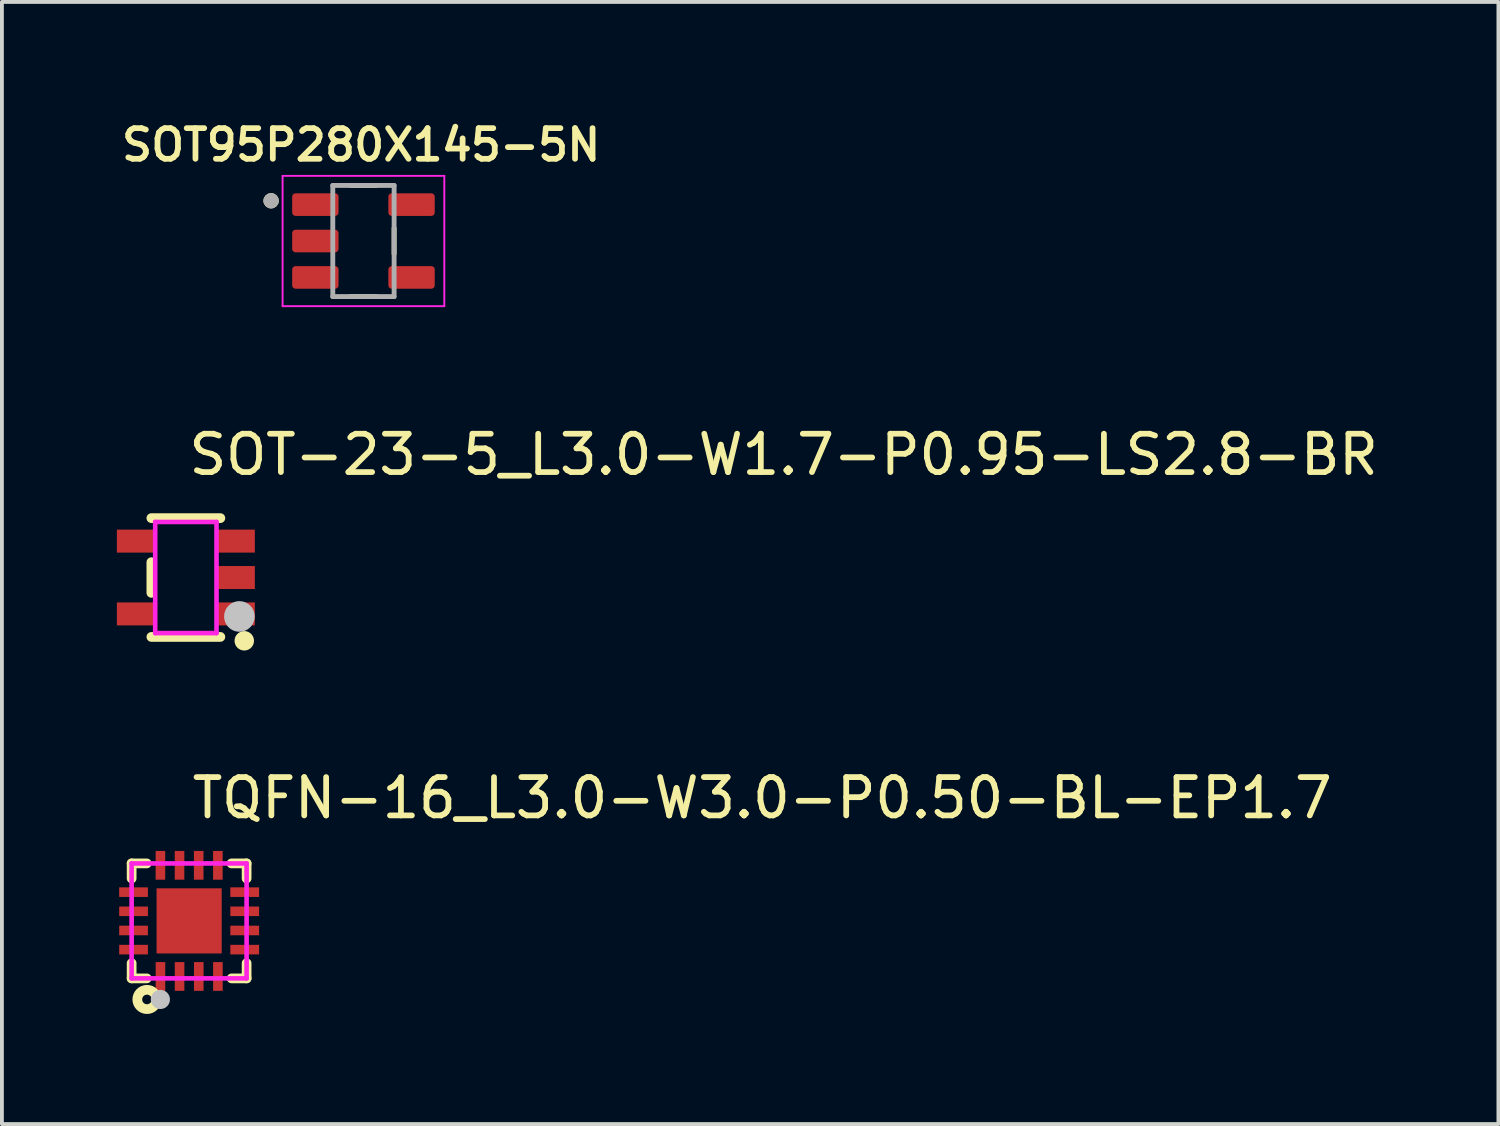
<source format=kicad_pcb>
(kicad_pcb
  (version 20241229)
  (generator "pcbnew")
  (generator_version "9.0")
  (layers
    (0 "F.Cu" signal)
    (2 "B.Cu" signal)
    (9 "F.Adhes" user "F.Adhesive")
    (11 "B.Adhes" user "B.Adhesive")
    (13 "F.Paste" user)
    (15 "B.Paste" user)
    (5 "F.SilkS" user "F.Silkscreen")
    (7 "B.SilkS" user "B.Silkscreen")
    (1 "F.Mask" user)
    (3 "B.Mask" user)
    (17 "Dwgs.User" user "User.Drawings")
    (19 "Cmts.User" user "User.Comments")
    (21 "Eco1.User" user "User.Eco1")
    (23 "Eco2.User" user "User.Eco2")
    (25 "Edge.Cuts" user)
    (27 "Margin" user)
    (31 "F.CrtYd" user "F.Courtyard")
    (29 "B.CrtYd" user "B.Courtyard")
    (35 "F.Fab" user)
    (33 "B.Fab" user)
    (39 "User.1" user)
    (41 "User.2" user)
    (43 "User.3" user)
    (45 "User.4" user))
  (footprint "SOT95P280X145-5N"
    (layer "F.Cu")
    (at 6.434 3.239)
    (property "Reference" "SOT95P280X145-5N" (at -0.06 -2.508 0) (layer "F.SilkS") (effects (font (size 0.8 0.8) (thickness 0.15))))
    (attr through_hole)
    (fp_line (start -0.33 -1.45) (end 0.33 -1.45) (stroke (width 0.127) (type solid)) (layer "F.SilkS"))
    (fp_line (start 0.33 1.45) (end -0.33 1.45) (stroke (width 0.127) (type solid)) (layer "F.SilkS"))
    (fp_line (start 0.8 -0.335) (end 0.8 0.335) (stroke (width 0.127) (type solid)) (layer "F.SilkS"))
    (fp_circle (center -2.41 -1.05) (end -2.31 -1.05) (stroke (width 0.2) (type solid)) (fill no) (layer "F.SilkS"))
    (fp_line (start -2.11 -1.7) (end 2.11 -1.7) (stroke (width 0.05) (type solid)) (layer "F.CrtYd"))
    (fp_line (start -2.11 1.7) (end -2.11 -1.7) (stroke (width 0.05) (type solid)) (layer "F.CrtYd"))
    (fp_line (start 2.11 -1.7) (end 2.11 1.7) (stroke (width 0.05) (type solid)) (layer "F.CrtYd"))
    (fp_line (start 2.11 1.7) (end -2.11 1.7) (stroke (width 0.05) (type solid)) (layer "F.CrtYd"))
    (fp_line (start -0.8 -1.45) (end 0.8 -1.45) (stroke (width 0.127) (type solid)) (layer "F.Fab"))
    (fp_line (start -0.8 1.45) (end -0.8 -1.45) (stroke (width 0.127) (type solid)) (layer "F.Fab"))
    (fp_line (start 0.8 -1.45) (end 0.8 1.45) (stroke (width 0.127) (type solid)) (layer "F.Fab"))
    (fp_line (start 0.8 1.45) (end -0.8 1.45) (stroke (width 0.127) (type solid)) (layer "F.Fab"))
    (fp_circle (center -2.41 -1.05) (end -2.31 -1.05) (stroke (width 0.2) (type solid)) (fill no) (layer "F.Fab"))
    (pad "1" smd roundrect (at -1.255 -0.95) (size 1.21 0.59) (layers "F.Cu" "F.Mask" "F.Paste") (roundrect_rratio 0.15))
    (pad "2" smd roundrect (at -1.255 0) (size 1.21 0.59) (layers "F.Cu" "F.Mask" "F.Paste") (roundrect_rratio 0.15))
    (pad "3" smd roundrect (at -1.255 0.95) (size 1.21 0.59) (layers "F.Cu" "F.Mask" "F.Paste") (roundrect_rratio 0.15))
    (pad "4" smd roundrect (at 1.255 0.95) (size 1.21 0.59) (layers "F.Cu" "F.Mask" "F.Paste") (roundrect_rratio 0.15))
    (pad "5" smd roundrect (at 1.255 -0.95) (size 1.21 0.59) (layers "F.Cu" "F.Mask" "F.Paste") (roundrect_rratio 0.15)))
  (footprint "TQFN-16_L3.0-W3.0-P0.50-BL-EP1.7"
    (layer "F.Cu")
    (at 1.885 20.98)
    (property "Reference" "TQFN-16_L3.0-W3.0-P0.50-BL-EP1.7" (at 0 -3.207 0) (layer "F.SilkS") (effects (font (size 1 1) (thickness 0.15)) (justify left)))
    (attr through_hole)
    (fp_line (start -1.5 -1.5) (end -1.5 -1.108) (stroke (width 0.254) (type solid)) (layer "F.SilkS"))
    (fp_line (start -1.5 -1.5) (end -1.105 -1.5) (stroke (width 0.254) (type solid)) (layer "F.SilkS"))
    (fp_line (start -1.5 1.104) (end -1.5 1.5) (stroke (width 0.254) (type solid)) (layer "F.SilkS"))
    (fp_line (start -1.5 1.5) (end -1.105 1.5) (stroke (width 0.254) (type solid)) (layer "F.SilkS"))
    (fp_line (start 1.106 -1.5) (end 1.5 -1.5) (stroke (width 0.254) (type solid)) (layer "F.SilkS"))
    (fp_line (start 1.108 1.5) (end 1.5 1.5) (stroke (width 0.254) (type solid)) (layer "F.SilkS"))
    (fp_line (start 1.5 -1.108) (end 1.5 -1.5) (stroke (width 0.254) (type solid)) (layer "F.SilkS"))
    (fp_line (start 1.5 1.5) (end 1.5 1.104) (stroke (width 0.254) (type solid)) (layer "F.SilkS"))
    (fp_circle (center -1.1 2.05) (end -0.975 2.05) (stroke (width 0.254) (type solid)) (fill no) (layer "F.SilkS"))
    (fp_poly (pts (xy -1.075 -0.625) (xy -1.075 -0.875) (xy -1.825 -0.875) (xy -1.825 -0.625)) (stroke (width 0.12) (type solid)) (fill yes) (layer "F.Paste"))
    (fp_poly (pts (xy -1.075 -0.125) (xy -1.075 -0.375) (xy -1.825 -0.375) (xy -1.825 -0.125)) (stroke (width 0.12) (type solid)) (fill yes) (layer "F.Paste"))
    (fp_poly (pts (xy -1.075 0.375) (xy -1.075 0.125) (xy -1.825 0.125) (xy -1.825 0.375)) (stroke (width 0.12) (type solid)) (fill yes) (layer "F.Paste"))
    (fp_poly (pts (xy -1.075 0.875) (xy -1.075 0.625) (xy -1.825 0.625) (xy -1.825 0.875)) (stroke (width 0.12) (type solid)) (fill yes) (layer "F.Paste"))
    (fp_poly (pts (xy -0.68 -0.68) (xy 0.68 -0.68) (xy 0.68 0.68) (xy -0.68 0.68)) (stroke (width 0.12) (type solid)) (fill yes) (layer "F.Paste"))
    (fp_poly (pts (xy -0.624 -1.825) (xy -0.874 -1.825) (xy -0.874 -1.075) (xy -0.624 -1.075)) (stroke (width 0.12) (type solid)) (fill yes) (layer "F.Paste"))
    (fp_poly (pts (xy -0.623 1.075) (xy -0.873 1.075) (xy -0.873 1.825) (xy -0.623 1.825)) (stroke (width 0.12) (type solid)) (fill yes) (layer "F.Paste"))
    (fp_poly (pts (xy -0.124 -1.825) (xy -0.374 -1.825) (xy -0.374 -1.075) (xy -0.124 -1.075)) (stroke (width 0.12) (type solid)) (fill yes) (layer "F.Paste"))
    (fp_poly (pts (xy -0.124 1.075) (xy -0.374 1.075) (xy -0.374 1.825) (xy -0.124 1.825)) (stroke (width 0.12) (type solid)) (fill yes) (layer "F.Paste"))
    (fp_poly (pts (xy 0.376 -1.825) (xy 0.126 -1.825) (xy 0.126 -1.075) (xy 0.376 -1.075)) (stroke (width 0.12) (type solid)) (fill yes) (layer "F.Paste"))
    (fp_poly (pts (xy 0.377 1.075) (xy 0.127 1.075) (xy 0.127 1.825) (xy 0.377 1.825)) (stroke (width 0.12) (type solid)) (fill yes) (layer "F.Paste"))
    (fp_poly (pts (xy 0.876 -1.825) (xy 0.626 -1.825) (xy 0.626 -1.075) (xy 0.876 -1.075)) (stroke (width 0.12) (type solid)) (fill yes) (layer "F.Paste"))
    (fp_poly (pts (xy 0.876 1.075) (xy 0.626 1.075) (xy 0.626 1.825) (xy 0.876 1.825)) (stroke (width 0.12) (type solid)) (fill yes) (layer "F.Paste"))
    (fp_poly (pts (xy 1.825 -0.625) (xy 1.825 -0.875) (xy 1.075 -0.875) (xy 1.075 -0.625)) (stroke (width 0.12) (type solid)) (fill yes) (layer "F.Paste"))
    (fp_poly (pts (xy 1.825 -0.125) (xy 1.825 -0.375) (xy 1.075 -0.375) (xy 1.075 -0.125)) (stroke (width 0.12) (type solid)) (fill yes) (layer "F.Paste"))
    (fp_poly (pts (xy 1.825 0.375) (xy 1.825 0.125) (xy 1.075 0.125) (xy 1.075 0.375)) (stroke (width 0.12) (type solid)) (fill yes) (layer "F.Paste"))
    (fp_poly (pts (xy 1.825 0.875) (xy 1.825 0.625) (xy 1.075 0.625) (xy 1.075 0.875)) (stroke (width 0.12) (type solid)) (fill yes) (layer "F.Paste"))
    (fp_circle (center -0.75 2.05) (end -0.625 2.05) (stroke (width 0.25) (type solid)) (fill no) (layer "Dwgs.User"))
    (fp_circle (center -1.5 1.5) (end -1.47 1.5) (stroke (width 0.06) (type solid)) (fill no) (layer "Eco2.User"))
    (fp_poly (pts (xy -1.1 -0.875) (xy -1.1 -0.625) (xy -1.5 -0.625) (xy -1.5 -0.875)) (stroke (width 0.12) (type solid)) (fill no) (layer "Eco2.User"))
    (fp_poly (pts (xy -1.1 -0.375) (xy -1.1 -0.125) (xy -1.5 -0.125) (xy -1.5 -0.375)) (stroke (width 0.12) (type solid)) (fill no) (layer "Eco2.User"))
    (fp_poly (pts (xy -1.1 0.125) (xy -1.1 0.375) (xy -1.5 0.375) (xy -1.5 0.125)) (stroke (width 0.12) (type solid)) (fill no) (layer "Eco2.User"))
    (fp_poly (pts (xy -1.1 0.625) (xy -1.1 0.875) (xy -1.5 0.875) (xy -1.5 0.625)) (stroke (width 0.12) (type solid)) (fill no) (layer "Eco2.User"))
    (fp_poly (pts (xy -0.874 -1.5) (xy -0.624 -1.5) (xy -0.624 -1.1) (xy -0.874 -1.1)) (stroke (width 0.12) (type solid)) (fill no) (layer "Eco2.User"))
    (fp_poly (pts (xy -0.85 -0.85) (xy 0.85 -0.85) (xy 0.85 0.85) (xy -0.85 0.85)) (stroke (width 0.12) (type solid)) (fill no) (layer "Eco2.User"))
    (fp_poly (pts (xy -0.623 1.5) (xy -0.873 1.5) (xy -0.873 1.1) (xy -0.623 1.1)) (stroke (width 0.12) (type solid)) (fill no) (layer "Eco2.User"))
    (fp_poly (pts (xy -0.374 -1.5) (xy -0.124 -1.5) (xy -0.124 -1.1) (xy -0.374 -1.1)) (stroke (width 0.12) (type solid)) (fill no) (layer "Eco2.User"))
    (fp_poly (pts (xy -0.124 1.5) (xy -0.374 1.5) (xy -0.374 1.1) (xy -0.124 1.1)) (stroke (width 0.12) (type solid)) (fill no) (layer "Eco2.User"))
    (fp_poly (pts (xy 0.125 -1.5) (xy 0.375 -1.5) (xy 0.375 -1.1) (xy 0.125 -1.1)) (stroke (width 0.12) (type solid)) (fill no) (layer "Eco2.User"))
    (fp_poly (pts (xy 0.377 1.5) (xy 0.127 1.5) (xy 0.127 1.1) (xy 0.377 1.1)) (stroke (width 0.12) (type solid)) (fill no) (layer "Eco2.User"))
    (fp_poly (pts (xy 0.625 -1.5) (xy 0.875 -1.5) (xy 0.875 -1.1) (xy 0.625 -1.1)) (stroke (width 0.12) (type solid)) (fill no) (layer "Eco2.User"))
    (fp_poly (pts (xy 0.876 1.5) (xy 0.626 1.5) (xy 0.626 1.1) (xy 0.876 1.1)) (stroke (width 0.12) (type solid)) (fill no) (layer "Eco2.User"))
    (fp_poly (pts (xy 1.1 -0.625) (xy 1.1 -0.875) (xy 1.5 -0.875) (xy 1.5 -0.625)) (stroke (width 0.12) (type solid)) (fill no) (layer "Eco2.User"))
    (fp_poly (pts (xy 1.1 -0.125) (xy 1.1 -0.375) (xy 1.5 -0.375) (xy 1.5 -0.125)) (stroke (width 0.12) (type solid)) (fill no) (layer "Eco2.User"))
    (fp_poly (pts (xy 1.1 0.375) (xy 1.1 0.125) (xy 1.5 0.125) (xy 1.5 0.375)) (stroke (width 0.12) (type solid)) (fill no) (layer "Eco2.User"))
    (fp_poly (pts (xy 1.1 0.875) (xy 1.1 0.625) (xy 1.5 0.625) (xy 1.5 0.875)) (stroke (width 0.12) (type solid)) (fill no) (layer "Eco2.User"))
    (fp_line (start -1.5 -1.5) (end 1.5 -1.5) (stroke (width 0.12) (type solid)) (layer "F.CrtYd"))
    (fp_line (start -1.5 1.5) (end -1.5 -1.5) (stroke (width 0.12) (type solid)) (layer "F.CrtYd"))
    (fp_line (start 1.5 -1.5) (end 1.5 1.5) (stroke (width 0.12) (type solid)) (layer "F.CrtYd"))
    (fp_line (start 1.5 1.5) (end -1.5 1.5) (stroke (width 0.12) (type solid)) (layer "F.CrtYd"))
    (pad "1" smd rect (at -0.748 1.45) (size 0.25 0.75) (layers "F.Cu" "F.Mask" "F.Paste"))
    (pad "2" smd rect (at -0.249 1.45) (size 0.25 0.75) (layers "F.Cu" "F.Mask" "F.Paste"))
    (pad "3" smd rect (at 0.252 1.45) (size 0.25 0.75) (layers "F.Cu" "F.Mask" "F.Paste"))
    (pad "4" smd rect (at 0.751 1.45) (size 0.25 0.75) (layers "F.Cu" "F.Mask" "F.Paste"))
    (pad "5" smd rect (at 1.45 0.75) (size 0.75 0.25) (layers "F.Cu" "F.Mask" "F.Paste"))
    (pad "6" smd rect (at 1.45 0.25) (size 0.75 0.25) (layers "F.Cu" "F.Mask" "F.Paste"))
    (pad "7" smd rect (at 1.45 -0.25) (size 0.75 0.25) (layers "F.Cu" "F.Mask" "F.Paste"))
    (pad "8" smd rect (at 1.45 -0.75) (size 0.75 0.25) (layers "F.Cu" "F.Mask" "F.Paste"))
    (pad "9" smd rect (at 0.75 -1.45) (size 0.25 0.75) (layers "F.Cu" "F.Mask" "F.Paste"))
    (pad "10" smd rect (at 0.25 -1.45) (size 0.25 0.75) (layers "F.Cu" "F.Mask" "F.Paste"))
    (pad "11" smd rect (at -0.25 -1.45) (size 0.25 0.75) (layers "F.Cu" "F.Mask" "F.Paste"))
    (pad "12" smd rect (at -0.749 -1.45) (size 0.25 0.75) (layers "F.Cu" "F.Mask" "F.Paste"))
    (pad "13" smd rect (at -1.45 -0.75) (size 0.75 0.25) (layers "F.Cu" "F.Mask" "F.Paste"))
    (pad "14" smd rect (at -1.45 -0.25) (size 0.75 0.25) (layers "F.Cu" "F.Mask" "F.Paste"))
    (pad "15" smd rect (at -1.45 0.25) (size 0.75 0.25) (layers "F.Cu" "F.Mask" "F.Paste"))
    (pad "16" smd rect (at -1.45 0.75) (size 0.75 0.25) (layers "F.Cu" "F.Mask" "F.Paste"))
    (pad "17" smd rect (at 0 0) (size 1.7 1.7) (layers "F.Cu" "F.Mask" "F.Paste")))
  (footprint "SOT-23-5_L3.0-W1.7-P0.95-LS2.8-BR"
    (layer "F.Cu")
    (at 1.8 12.02)
    (property "Reference" "SOT-23-5_L3.0-W1.7-P0.95-LS2.8-BR" (at 0 -3.207 0) (layer "F.SilkS") (effects (font (size 1 1) (thickness 0.15)) (justify left)))
    (attr through_hole)
    (fp_line (start -0.9 -1.55) (end 0.9 -1.55) (stroke (width 0.254) (type solid)) (layer "F.SilkS"))
    (fp_line (start -0.9 0.4) (end -0.9 -0.4) (stroke (width 0.254) (type solid)) (layer "F.SilkS"))
    (fp_line (start -0.9 1.55) (end 0.9 1.55) (stroke (width 0.254) (type solid)) (layer "F.SilkS"))
    (fp_circle (center 1.524 1.651) (end 1.651 1.651) (stroke (width 0.254) (type solid)) (fill no) (layer "F.SilkS"))
    (fp_circle (center 1.397 1.016) (end 1.597 1.016) (stroke (width 0.4) (type solid)) (fill no) (layer "Dwgs.User"))
    (fp_line (start -0.96 -1.15) (end -0.79 -1.15) (stroke (width 0.12) (type solid)) (layer "Eco2.User"))
    (fp_line (start -0.96 -0.75) (end -0.96 -1.15) (stroke (width 0.12) (type solid)) (layer "Eco2.User"))
    (fp_line (start -0.96 0.75) (end -0.79 0.75) (stroke (width 0.12) (type solid)) (layer "Eco2.User"))
    (fp_line (start -0.96 1.15) (end -0.96 0.75) (stroke (width 0.12) (type solid)) (layer "Eco2.User"))
    (fp_line (start -0.79 -1.15) (end -0.79 -0.75) (stroke (width 0.12) (type solid)) (layer "Eco2.User"))
    (fp_line (start -0.79 -0.75) (end -0.96 -0.75) (stroke (width 0.12) (type solid)) (layer "Eco2.User"))
    (fp_line (start -0.79 0.75) (end -0.79 1.15) (stroke (width 0.12) (type solid)) (layer "Eco2.User"))
    (fp_line (start -0.79 1.15) (end -0.96 1.15) (stroke (width 0.12) (type solid)) (layer "Eco2.User"))
    (fp_line (start 0.79 -1.15) (end 0.96 -1.15) (stroke (width 0.12) (type solid)) (layer "Eco2.User"))
    (fp_line (start 0.79 -0.75) (end 0.79 -1.15) (stroke (width 0.12) (type solid)) (layer "Eco2.User"))
    (fp_line (start 0.79 -0.2) (end 0.96 -0.2) (stroke (width 0.12) (type solid)) (layer "Eco2.User"))
    (fp_line (start 0.79 0.2) (end 0.79 -0.2) (stroke (width 0.12) (type solid)) (layer "Eco2.User"))
    (fp_line (start 0.79 0.75) (end 0.96 0.75) (stroke (width 0.12) (type solid)) (layer "Eco2.User"))
    (fp_line (start 0.79 1.15) (end 0.79 0.75) (stroke (width 0.12) (type solid)) (layer "Eco2.User"))
    (fp_line (start 0.96 -1.15) (end 0.96 -0.75) (stroke (width 0.12) (type solid)) (layer "Eco2.User"))
    (fp_line (start 0.96 -0.75) (end 0.79 -0.75) (stroke (width 0.12) (type solid)) (layer "Eco2.User"))
    (fp_line (start 0.96 -0.2) (end 0.96 0.2) (stroke (width 0.12) (type solid)) (layer "Eco2.User"))
    (fp_line (start 0.96 0.2) (end 0.79 0.2) (stroke (width 0.12) (type solid)) (layer "Eco2.User"))
    (fp_line (start 0.96 0.75) (end 0.96 1.15) (stroke (width 0.12) (type solid)) (layer "Eco2.User"))
    (fp_line (start 0.96 1.15) (end 0.79 1.15) (stroke (width 0.12) (type solid)) (layer "Eco2.User"))
    (fp_circle (center 1.4 1.45) (end 1.43 1.45) (stroke (width 0.06) (type solid)) (fill no) (layer "Eco2.User"))
    (fp_poly (pts (xy -1.4 -0.75) (xy -1.4 -1.15) (xy -0.95 -1.15) (xy -0.95 -0.75)) (stroke (width 0.12) (type solid)) (fill no) (layer "Eco2.User"))
    (fp_poly (pts (xy -1.4 1.15) (xy -1.4 0.75) (xy -0.95 0.75) (xy -0.95 1.15)) (stroke (width 0.12) (type solid)) (fill no) (layer "Eco2.User"))
    (fp_poly (pts (xy 0.95 -0.75) (xy 0.95 -1.15) (xy 1.4 -1.15) (xy 1.4 -0.75)) (stroke (width 0.12) (type solid)) (fill no) (layer "Eco2.User"))
    (fp_poly (pts (xy 0.95 0.2) (xy 0.95 -0.2) (xy 1.4 -0.2) (xy 1.4 0.2)) (stroke (width 0.12) (type solid)) (fill no) (layer "Eco2.User"))
    (fp_poly (pts (xy 0.95 1.15) (xy 0.95 0.75) (xy 1.4 0.75) (xy 1.4 1.15)) (stroke (width 0.12) (type solid)) (fill no) (layer "Eco2.User"))
    (fp_line (start -0.8 -1.45) (end 0.8 -1.45) (stroke (width 0.12) (type solid)) (layer "F.CrtYd"))
    (fp_line (start -0.8 1.45) (end -0.8 -1.45) (stroke (width 0.12) (type solid)) (layer "F.CrtYd"))
    (fp_line (start 0.8 -1.45) (end 0.8 1.45) (stroke (width 0.12) (type solid)) (layer "F.CrtYd"))
    (fp_line (start 0.8 1.45) (end -0.8 1.45) (stroke (width 0.12) (type solid)) (layer "F.CrtYd"))
    (pad "1" smd rect (at 1.3 0.95) (size 1 0.6) (layers "F.Cu" "F.Mask" "F.Paste"))
    (pad "2" smd rect (at 1.3 0) (size 1 0.6) (layers "F.Cu" "F.Mask" "F.Paste"))
    (pad "3" smd rect (at 1.3 -0.95) (size 1 0.6) (layers "F.Cu" "F.Mask" "F.Paste"))
    (pad "4" smd rect (at -1.3 -0.95) (size 1 0.6) (layers "F.Cu" "F.Mask" "F.Paste"))
    (pad "5" smd rect (at -1.3 0.95) (size 1 0.6) (layers "F.Cu" "F.Mask" "F.Paste")))
  (gr_rect
    (start -3 -3)
    (end 36.05 26.282)
    (stroke (width 0.1) (type default))
    (fill no)
    (layer "Edge.Cuts")))
</source>
